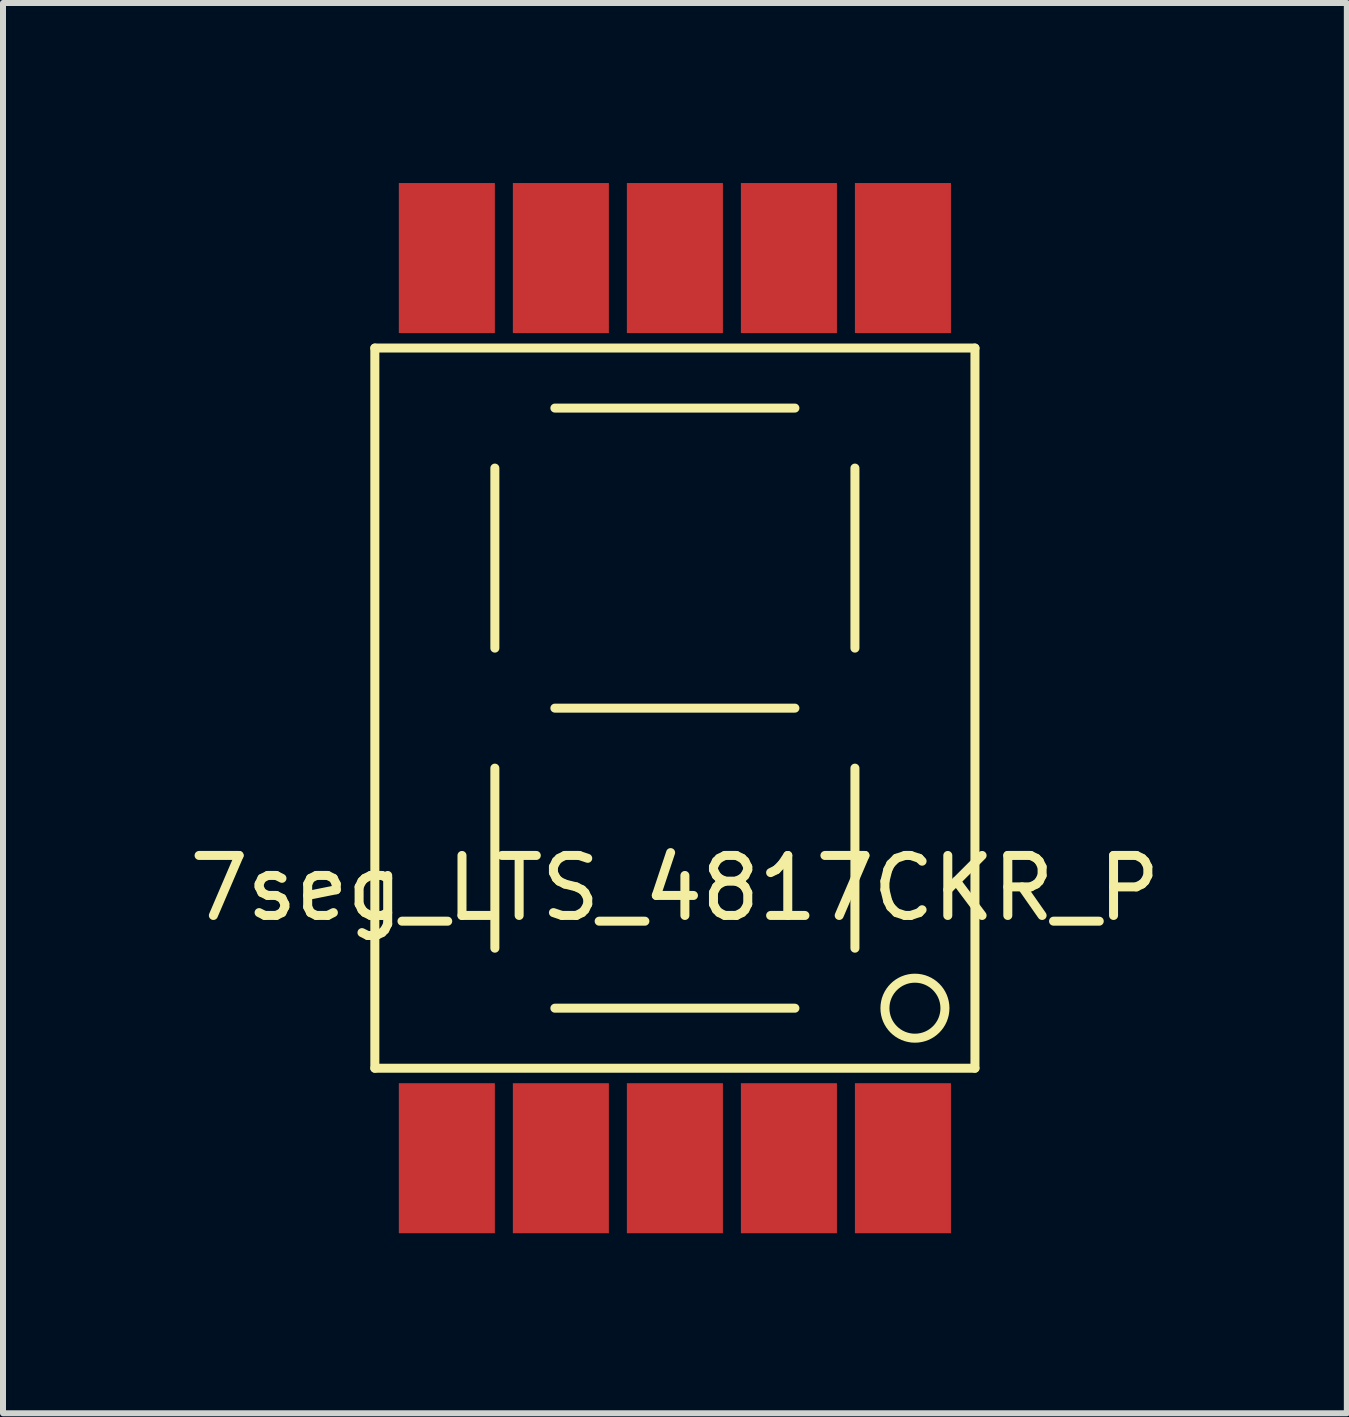
<source format=kicad_pcb>
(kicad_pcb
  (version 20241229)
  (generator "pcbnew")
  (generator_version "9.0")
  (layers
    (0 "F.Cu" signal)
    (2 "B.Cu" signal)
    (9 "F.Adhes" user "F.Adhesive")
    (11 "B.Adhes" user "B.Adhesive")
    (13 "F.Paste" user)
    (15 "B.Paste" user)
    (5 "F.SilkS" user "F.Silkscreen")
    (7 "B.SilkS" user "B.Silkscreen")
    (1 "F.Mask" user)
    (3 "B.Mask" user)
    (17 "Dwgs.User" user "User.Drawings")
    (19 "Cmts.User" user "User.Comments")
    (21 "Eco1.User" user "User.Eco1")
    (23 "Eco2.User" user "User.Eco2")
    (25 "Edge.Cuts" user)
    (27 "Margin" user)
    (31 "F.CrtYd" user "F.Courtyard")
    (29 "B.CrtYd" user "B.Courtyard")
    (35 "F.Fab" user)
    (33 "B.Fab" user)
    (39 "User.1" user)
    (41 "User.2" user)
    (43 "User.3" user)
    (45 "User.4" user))
  (footprint "7seg_LTS_4817CKR_P"
    (layer "F.Cu")
    (at 8.196 8.75)
    (property "Reference" "7seg_LTS_4817CKR_P" (at 0 3 0) (layer "F.SilkS") (effects (font (size 1 1) (thickness 0.15))))
    (attr through_hole)
    (fp_line (start -5 -6) (end -5 6) (stroke (width 0.15) (type solid)) (layer "F.SilkS"))
    (fp_line (start -5 6) (end 5 6) (stroke (width 0.15) (type solid)) (layer "F.SilkS"))
    (fp_line (start -3 -4) (end -3 -1) (stroke (width 0.15) (type solid)) (layer "F.SilkS"))
    (fp_line (start -3 1) (end -3 4) (stroke (width 0.15) (type solid)) (layer "F.SilkS"))
    (fp_line (start -2 -5) (end 2 -5) (stroke (width 0.15) (type solid)) (layer "F.SilkS"))
    (fp_line (start -2 0) (end 2 0) (stroke (width 0.15) (type solid)) (layer "F.SilkS"))
    (fp_line (start -2 5) (end 2 5) (stroke (width 0.15) (type solid)) (layer "F.SilkS"))
    (fp_line (start 3 -4) (end 3 -1) (stroke (width 0.15) (type solid)) (layer "F.SilkS"))
    (fp_line (start 3 4) (end 3 1) (stroke (width 0.15) (type solid)) (layer "F.SilkS"))
    (fp_line (start 5 -6) (end -5 -6) (stroke (width 0.15) (type solid)) (layer "F.SilkS"))
    (fp_line (start 5 6) (end 5 -6) (stroke (width 0.15) (type solid)) (layer "F.SilkS"))
    (fp_circle (center 4 5) (end 4 4.5) (stroke (width 0.15) (type solid)) (fill no) (layer "F.SilkS"))
    (pad "1" smd rect (at -3.8 7.5) (size 1.6 2.5) (layers "F.Cu" "F.Mask" "F.Paste"))
    (pad "2" smd rect (at -1.9 7.5) (size 1.6 2.5) (layers "F.Cu" "F.Mask" "F.Paste"))
    (pad "3" smd rect (at 0 7.5) (size 1.6 2.5) (layers "F.Cu" "F.Mask" "F.Paste"))
    (pad "4" smd rect (at 1.9 7.5) (size 1.6 2.5) (layers "F.Cu" "F.Mask" "F.Paste"))
    (pad "5" smd rect (at 3.8 7.5) (size 1.6 2.5) (layers "F.Cu" "F.Mask" "F.Paste"))
    (pad "6" smd rect (at 3.8 -7.5) (size 1.6 2.5) (layers "F.Cu" "F.Mask" "F.Paste"))
    (pad "7" smd rect (at 1.9 -7.5) (size 1.6 2.5) (layers "F.Cu" "F.Mask" "F.Paste"))
    (pad "8" smd rect (at 0 -7.5) (size 1.6 2.5) (layers "F.Cu" "F.Mask" "F.Paste"))
    (pad "9" smd rect (at -1.9 -7.5) (size 1.6 2.5) (layers "F.Cu" "F.Mask" "F.Paste"))
    (pad "10" smd rect (at -3.8 -7.5) (size 1.6 2.5) (layers "F.Cu" "F.Mask" "F.Paste")))
  (gr_rect
    (start -3 -3)
    (end 19.393 20.5)
    (stroke (width 0.1) (type default))
    (fill no)
    (layer "Edge.Cuts")))
</source>
